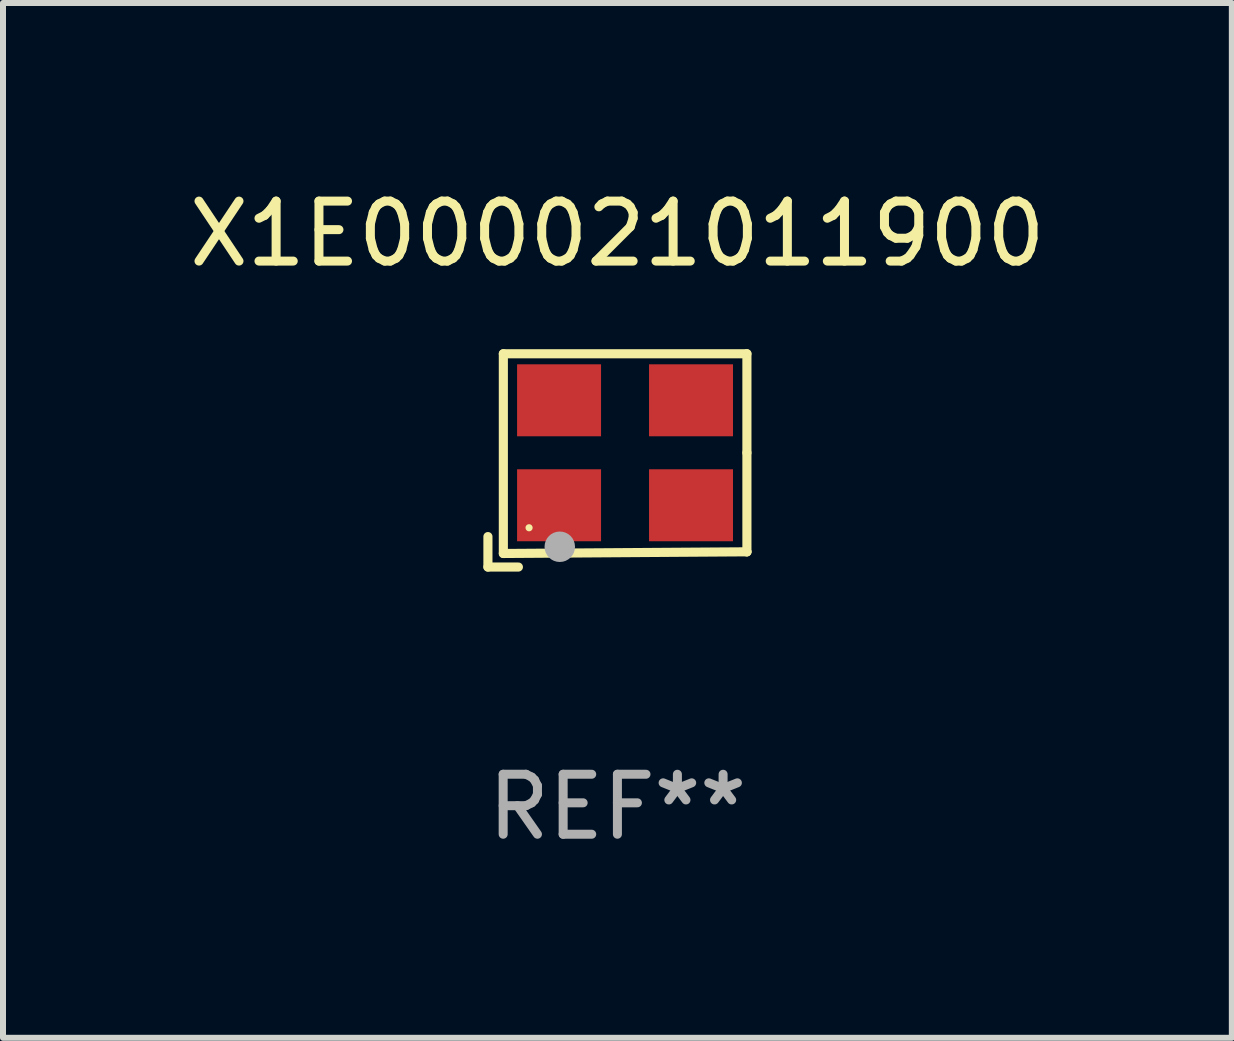
<source format=kicad_pcb>
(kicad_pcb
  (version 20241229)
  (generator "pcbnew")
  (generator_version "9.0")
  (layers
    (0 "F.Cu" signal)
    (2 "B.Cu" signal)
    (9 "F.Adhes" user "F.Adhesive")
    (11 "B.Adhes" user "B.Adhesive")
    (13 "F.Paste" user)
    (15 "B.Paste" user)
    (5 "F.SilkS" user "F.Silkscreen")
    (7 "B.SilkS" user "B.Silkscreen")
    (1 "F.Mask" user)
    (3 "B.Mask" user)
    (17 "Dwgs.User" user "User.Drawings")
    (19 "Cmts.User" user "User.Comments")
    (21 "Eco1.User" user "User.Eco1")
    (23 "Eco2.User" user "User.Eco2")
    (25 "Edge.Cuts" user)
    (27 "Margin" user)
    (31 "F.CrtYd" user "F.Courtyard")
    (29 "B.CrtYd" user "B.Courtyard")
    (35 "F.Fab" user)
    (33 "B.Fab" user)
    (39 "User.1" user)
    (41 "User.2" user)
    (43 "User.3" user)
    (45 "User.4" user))
  (footprint "X1E000021011900"
    (layer "F.Cu")
    (at 7.244 4.626)
    (property "Reference" "X1E000021011900" (at 0 -3.778 0) (layer "F.SilkS") (effects (font (size 1 1) (thickness 0.15))))
    (attr through_hole)
    (fp_line (start -2.159 1.27) (end -2.159 1.778) (stroke (width 0.152) (type solid)) (layer "F.SilkS"))
    (fp_line (start -2.159 1.778) (end -1.651 1.778) (stroke (width 0.152) (type solid)) (layer "F.SilkS"))
    (fp_line (start -1.902 -1.778) (end 2.159 -1.778) (stroke (width 0.152) (type solid)) (layer "F.SilkS"))
    (fp_line (start -1.902 1.552) (end -1.902 -1.778) (stroke (width 0.152) (type solid)) (layer "F.SilkS"))
    (fp_line (start 2.159 -1.778) (end 2.159 -0.127) (stroke (width 0.152) (type solid)) (layer "F.SilkS"))
    (fp_line (start 2.159 -0.127) (end 2.159 1.524) (stroke (width 0.152) (type solid)) (layer "F.SilkS"))
    (fp_line (start 2.159 1.524) (end -1.902 1.552) (stroke (width 0.152) (type solid)) (layer "F.SilkS"))
    (fp_line (start 2.159 1.524) (end 2.159 1.524) (stroke (width 0.152) (type solid)) (layer "F.SilkS"))
    (fp_circle (center -1.473 1.123) (end -1.443 1.123) (stroke (width 0.06) (type solid)) (fill no) (layer "F.SilkS"))
    (fp_circle (center -0.961 1.44) (end -0.834 1.44) (stroke (width 0.254) (type solid)) (fill no) (layer "F.Fab"))
    (fp_text user "REF**" (at 0 5.778 0) (layer "F.Fab") (effects (font (size 1 1) (thickness 0.15))))
    (pad "1" smd rect (at -0.973 0.748) (size 1.4 1.2) (layers "F.Cu" "F.Mask" "F.Paste"))
    (pad "2" smd rect (at 1.227 0.748) (size 1.4 1.2) (layers "F.Cu" "F.Mask" "F.Paste"))
    (pad "3" smd rect (at 1.227 -1.002) (size 1.4 1.2) (layers "F.Cu" "F.Mask" "F.Paste"))
    (pad "4" smd rect (at -0.973 -1.002) (size 1.4 1.2) (layers "F.Cu" "F.Mask" "F.Paste")))
  (gr_rect
    (start -3 -3)
    (end 17.488 14.253)
    (stroke (width 0.1) (type default))
    (fill no)
    (layer "Edge.Cuts")))
</source>
